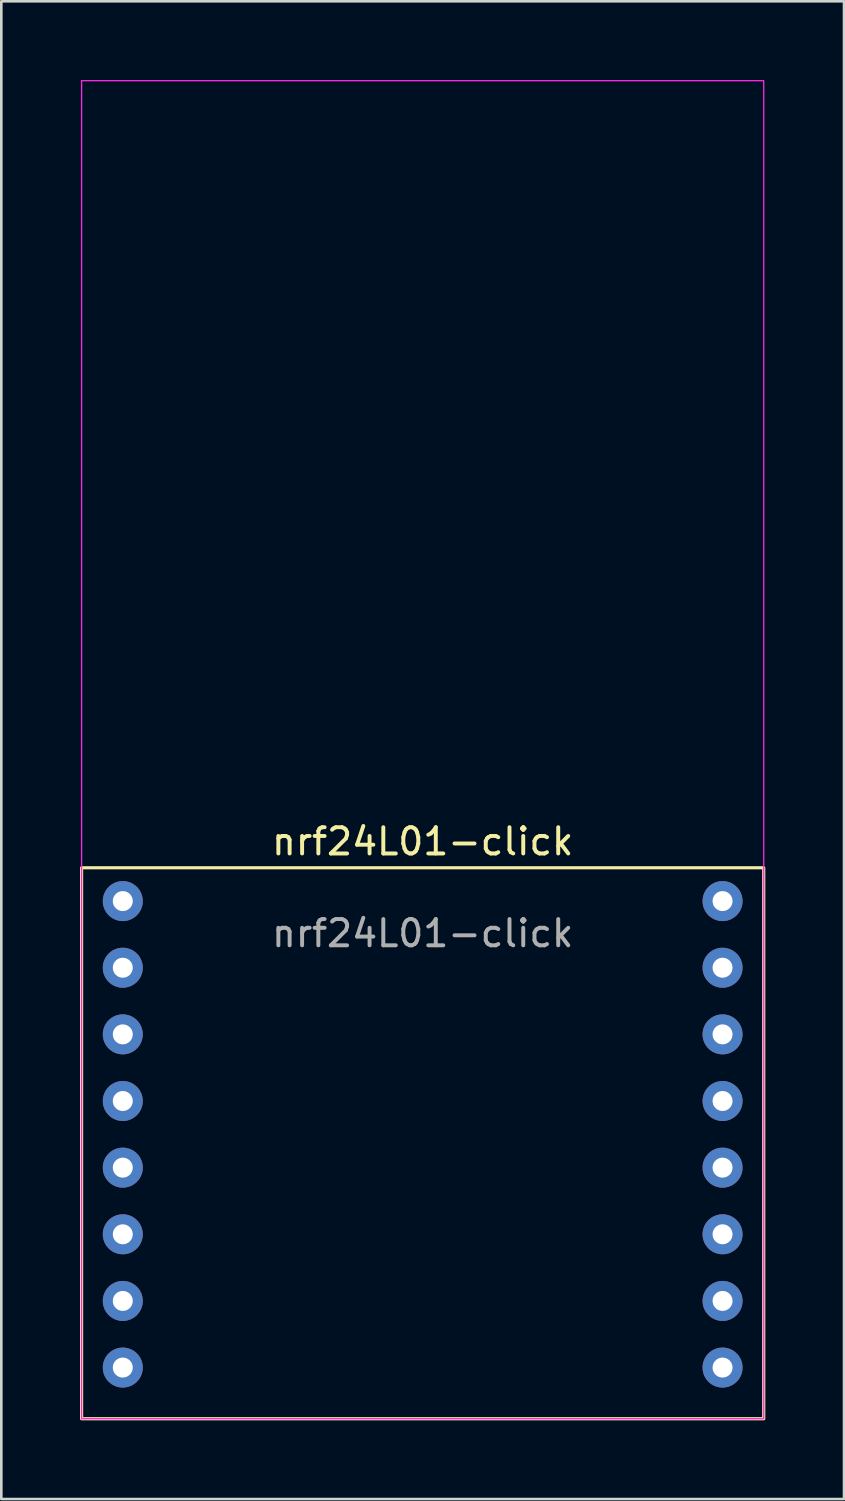
<source format=kicad_pcb>
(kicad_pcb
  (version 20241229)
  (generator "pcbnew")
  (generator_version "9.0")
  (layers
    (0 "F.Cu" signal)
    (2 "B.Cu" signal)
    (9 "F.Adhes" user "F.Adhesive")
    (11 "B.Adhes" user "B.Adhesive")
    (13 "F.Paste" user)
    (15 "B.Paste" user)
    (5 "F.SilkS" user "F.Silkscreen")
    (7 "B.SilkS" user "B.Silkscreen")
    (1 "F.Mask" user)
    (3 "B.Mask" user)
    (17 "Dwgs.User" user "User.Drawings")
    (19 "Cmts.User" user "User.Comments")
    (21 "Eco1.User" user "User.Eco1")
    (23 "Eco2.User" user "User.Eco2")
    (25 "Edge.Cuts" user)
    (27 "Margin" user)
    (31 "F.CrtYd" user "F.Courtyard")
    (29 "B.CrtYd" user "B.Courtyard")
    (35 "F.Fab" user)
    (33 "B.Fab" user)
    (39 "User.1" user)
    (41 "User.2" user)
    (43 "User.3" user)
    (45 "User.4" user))
  (footprint "nrf24L01-click"
    (layer "F.Cu")
    (at 13.06 30.025)
    (property "Reference" "nrf24L01-click" (at 0 -1 0) (unlocked yes) (layer "F.SilkS") (effects (font (size 1 1) (thickness 0.15))))
    (attr through_hole)
    (fp_rect (start -13 0) (end 13 21) (stroke (width 0.12) (type default)) (fill no) (layer "F.SilkS"))
    (fp_rect (start -13 -30) (end 13 21) (stroke (width 0.05) (type default)) (fill no) (layer "F.CrtYd"))
    (fp_text user "${REFERENCE}" (at 0 2.5 0) (unlocked yes) (layer "F.Fab") (effects (font (size 1 1) (thickness 0.15))))
    (pad "1" thru_hole circle (at -11.43 1.27) (size 1.524 1.524) (drill 0.762) (layers "*.Cu" "*.Mask"))
    (pad "2" thru_hole circle (at -11.43 3.81) (size 1.524 1.524) (drill 0.762) (layers "*.Cu" "*.Mask"))
    (pad "3" thru_hole circle (at -11.43 6.35) (size 1.524 1.524) (drill 0.762) (layers "*.Cu" "*.Mask"))
    (pad "4" thru_hole circle (at -11.43 8.89) (size 1.524 1.524) (drill 0.762) (layers "*.Cu" "*.Mask"))
    (pad "5" thru_hole circle (at -11.43 11.43) (size 1.524 1.524) (drill 0.762) (layers "*.Cu" "*.Mask"))
    (pad "6" thru_hole circle (at -11.43 13.97) (size 1.524 1.524) (drill 0.762) (layers "*.Cu" "*.Mask"))
    (pad "7" thru_hole circle (at -11.43 16.51) (size 1.524 1.524) (drill 0.762) (layers "*.Cu" "*.Mask"))
    (pad "8" thru_hole circle (at -11.43 19.05) (size 1.524 1.524) (drill 0.762) (layers "*.Cu" "*.Mask"))
    (pad "9" thru_hole circle (at 11.43 19.05) (size 1.524 1.524) (drill 0.762) (layers "*.Cu" "*.Mask"))
    (pad "10" thru_hole circle (at 11.43 16.51) (size 1.524 1.524) (drill 0.762) (layers "*.Cu" "*.Mask"))
    (pad "11" thru_hole circle (at 11.43 13.97) (size 1.524 1.524) (drill 0.762) (layers "*.Cu" "*.Mask"))
    (pad "12" thru_hole circle (at 11.43 11.43) (size 1.524 1.524) (drill 0.762) (layers "*.Cu" "*.Mask"))
    (pad "13" thru_hole circle (at 11.43 8.89) (size 1.524 1.524) (drill 0.762) (layers "*.Cu" "*.Mask"))
    (pad "14" thru_hole circle (at 11.43 6.35) (size 1.524 1.524) (drill 0.762) (layers "*.Cu" "*.Mask"))
    (pad "15" thru_hole circle (at 11.43 3.81) (size 1.524 1.524) (drill 0.762) (layers "*.Cu" "*.Mask"))
    (pad "16" thru_hole circle (at 11.43 1.27) (size 1.524 1.524) (drill 0.762) (layers "*.Cu" "*.Mask")))
  (gr_rect
    (start -3 -3)
    (end 29.12 54.085)
    (stroke (width 0.1) (type default))
    (fill no)
    (layer "Edge.Cuts")))
</source>
